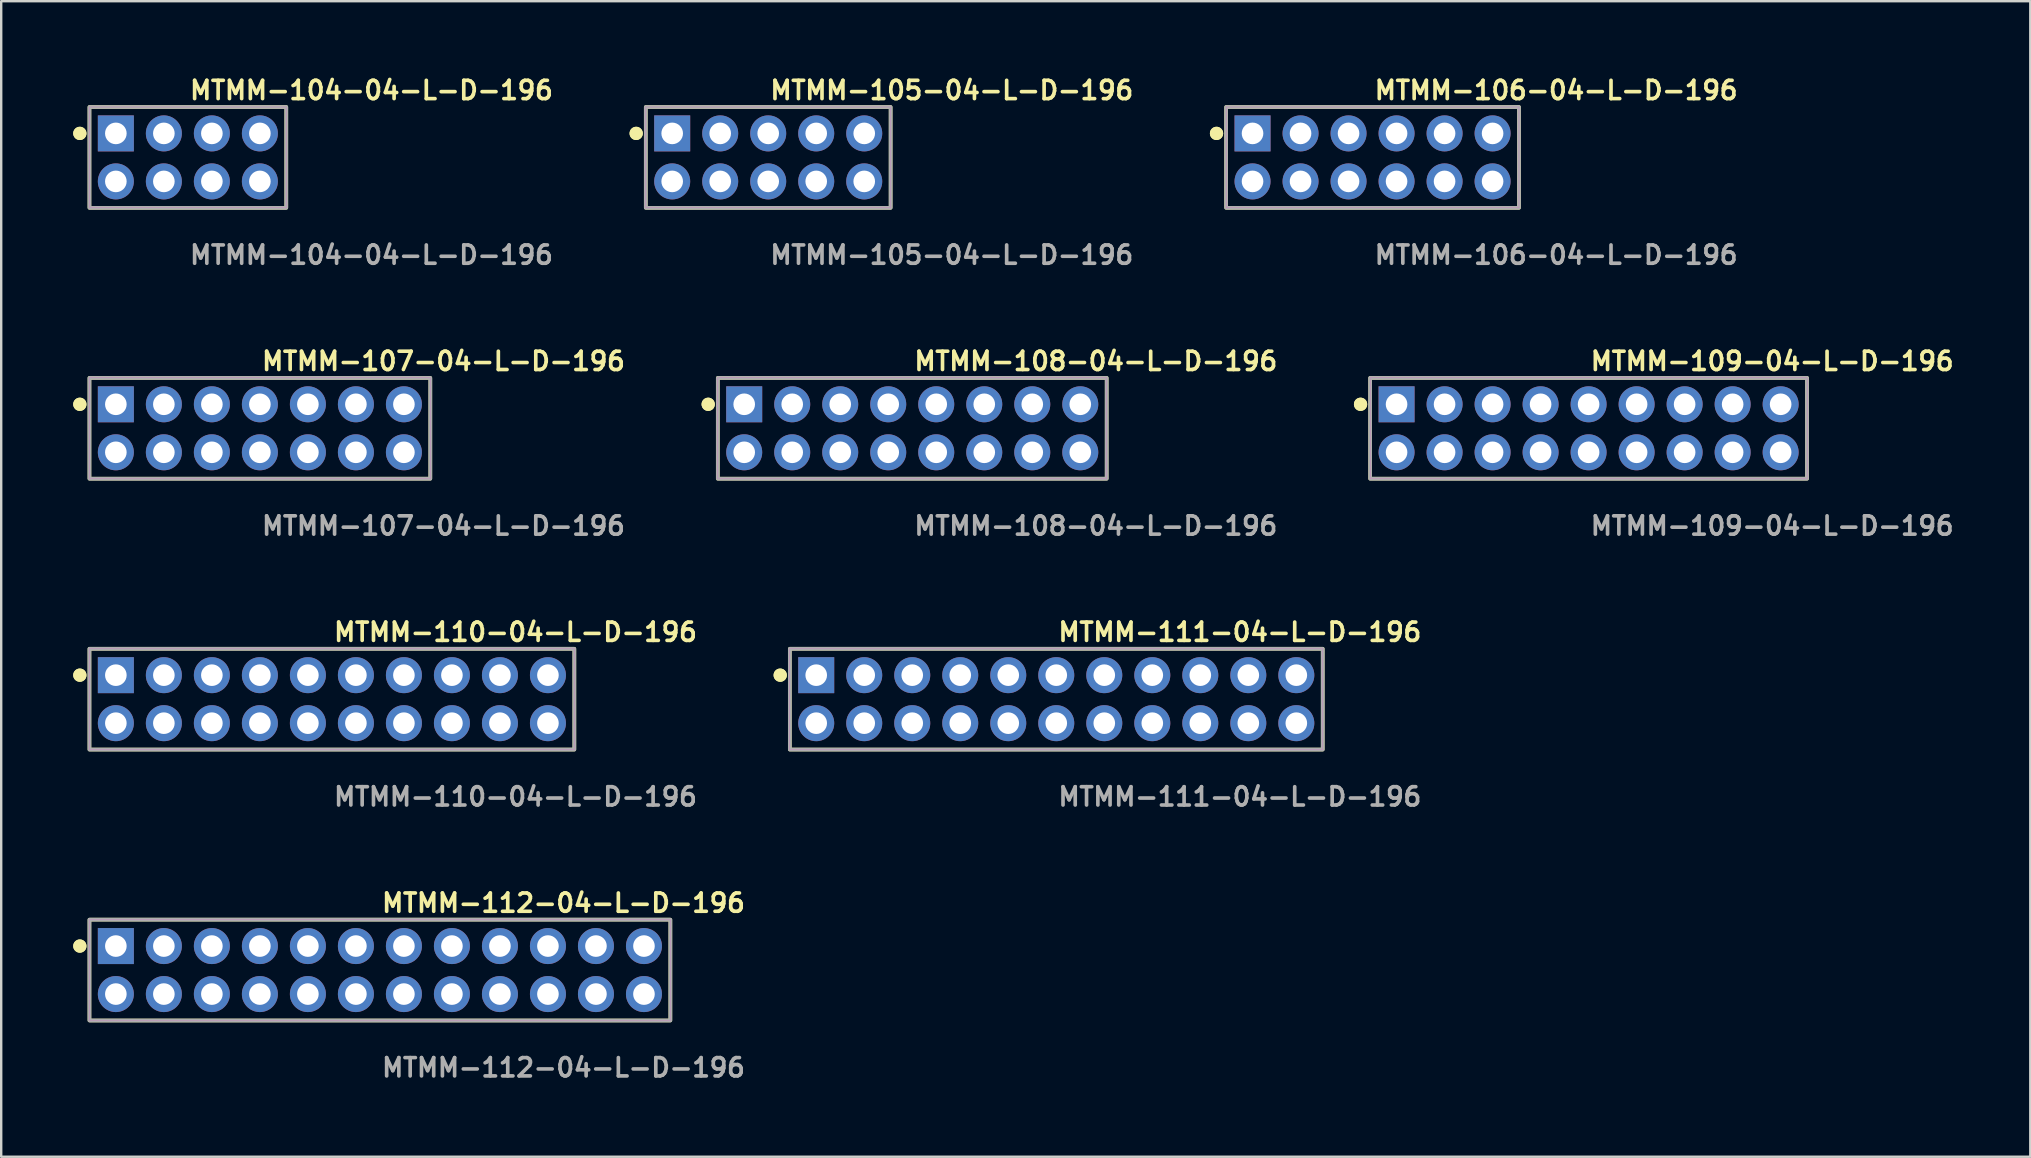
<source format=kicad_pcb>
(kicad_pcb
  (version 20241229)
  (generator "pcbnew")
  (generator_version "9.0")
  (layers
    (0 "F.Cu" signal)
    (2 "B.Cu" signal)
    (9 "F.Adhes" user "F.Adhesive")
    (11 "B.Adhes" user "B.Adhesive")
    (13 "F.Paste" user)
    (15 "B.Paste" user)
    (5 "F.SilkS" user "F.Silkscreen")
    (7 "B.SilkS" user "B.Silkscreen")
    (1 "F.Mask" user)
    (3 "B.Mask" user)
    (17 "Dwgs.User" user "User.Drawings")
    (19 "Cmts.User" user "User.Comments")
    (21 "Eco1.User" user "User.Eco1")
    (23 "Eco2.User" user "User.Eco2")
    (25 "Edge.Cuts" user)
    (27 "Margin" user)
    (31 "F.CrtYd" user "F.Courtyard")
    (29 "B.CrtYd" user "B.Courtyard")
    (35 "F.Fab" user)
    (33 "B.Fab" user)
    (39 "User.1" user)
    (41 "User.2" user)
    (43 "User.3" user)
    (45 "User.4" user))
  (footprint "MTMM-110-04-L-D-196"
    (layer "F.Cu")
    (at 10.776 26.076)
    (property "Reference" "MTMM-110-04-L-D-196" (at 0 -2.794 0) (unlocked yes) (layer "F.SilkS") (effects (font (size 0.762 0.762) (thickness 0.152)) (justify left)))
    (fp_rect (start -10.1 2.1) (end 10.1 -2.1) (stroke (width 0.152) (type solid)) (fill no) (layer "F.SilkS"))
    (fp_circle (center -10.5 -1) (end -10.7 -1) (stroke (width 0.152) (type solid)) (fill yes) (layer "F.SilkS"))
    (fp_circle (center -10.5 -1) (end -10.7 -1) (stroke (width 0.152) (type solid)) (fill yes) (layer "F.SilkS"))
    (fp_rect (start -10.1 2.1) (end 10.1 -2.1) (stroke (width 0.006) (type solid)) (fill no) (layer "F.CrtYd"))
    (fp_rect (start -10.1 2.1) (end 10.1 -2.1) (stroke (width 0.152) (type solid)) (fill no) (layer "F.Fab"))
    (fp_text user "${REFERENCE}" (at 0 4.064 0) (unlocked yes) (layer "F.Fab") (effects (font (size 0.762 0.762) (thickness 0.152)) (justify left)))
    (pad "1" thru_hole rect (at -9 -1) (size 1.5 1.5) (drill 0.9) (layers "*.Cu" "*.Mask"))
    (pad "2" thru_hole circle (at -9 1) (size 1.5 1.5) (drill 0.9) (layers "*.Cu" "*.Mask"))
    (pad "3" thru_hole circle (at -7 -1) (size 1.5 1.5) (drill 0.9) (layers "*.Cu" "*.Mask"))
    (pad "4" thru_hole circle (at -7 1) (size 1.5 1.5) (drill 0.9) (layers "*.Cu" "*.Mask"))
    (pad "5" thru_hole circle (at -5 -1) (size 1.5 1.5) (drill 0.9) (layers "*.Cu" "*.Mask"))
    (pad "6" thru_hole circle (at -5 1) (size 1.5 1.5) (drill 0.9) (layers "*.Cu" "*.Mask"))
    (pad "7" thru_hole circle (at -3 -1) (size 1.5 1.5) (drill 0.9) (layers "*.Cu" "*.Mask"))
    (pad "8" thru_hole circle (at -3 1) (size 1.5 1.5) (drill 0.9) (layers "*.Cu" "*.Mask"))
    (pad "9" thru_hole circle (at -1 -1) (size 1.5 1.5) (drill 0.9) (layers "*.Cu" "*.Mask"))
    (pad "10" thru_hole circle (at -1 1) (size 1.5 1.5) (drill 0.9) (layers "*.Cu" "*.Mask"))
    (pad "11" thru_hole circle (at 1 -1) (size 1.5 1.5) (drill 0.9) (layers "*.Cu" "*.Mask"))
    (pad "12" thru_hole circle (at 1 1) (size 1.5 1.5) (drill 0.9) (layers "*.Cu" "*.Mask"))
    (pad "13" thru_hole circle (at 3 -1) (size 1.5 1.5) (drill 0.9) (layers "*.Cu" "*.Mask"))
    (pad "14" thru_hole circle (at 3 1) (size 1.5 1.5) (drill 0.9) (layers "*.Cu" "*.Mask"))
    (pad "15" thru_hole circle (at 5 -1) (size 1.5 1.5) (drill 0.9) (layers "*.Cu" "*.Mask"))
    (pad "16" thru_hole circle (at 5 1) (size 1.5 1.5) (drill 0.9) (layers "*.Cu" "*.Mask"))
    (pad "17" thru_hole circle (at 7 -1) (size 1.5 1.5) (drill 0.9) (layers "*.Cu" "*.Mask"))
    (pad "18" thru_hole circle (at 7 1) (size 1.5 1.5) (drill 0.9) (layers "*.Cu" "*.Mask"))
    (pad "19" thru_hole circle (at 9 -1) (size 1.5 1.5) (drill 0.9) (layers "*.Cu" "*.Mask"))
    (pad "20" thru_hole circle (at 9 1) (size 1.5 1.5) (drill 0.9) (layers "*.Cu" "*.Mask")))
  (footprint "MTMM-111-04-L-D-196"
    (layer "F.Cu")
    (at 40.952 26.076)
    (property "Reference" "MTMM-111-04-L-D-196" (at 0 -2.794 0) (unlocked yes) (layer "F.SilkS") (effects (font (size 0.762 0.762) (thickness 0.152)) (justify left)))
    (fp_rect (start -11.1 2.1) (end 11.1 -2.1) (stroke (width 0.152) (type solid)) (fill no) (layer "F.SilkS"))
    (fp_circle (center -11.5 -1) (end -11.7 -1) (stroke (width 0.152) (type solid)) (fill yes) (layer "F.SilkS"))
    (fp_circle (center -11.5 -1) (end -11.7 -1) (stroke (width 0.152) (type solid)) (fill yes) (layer "F.SilkS"))
    (fp_rect (start -11.1 2.1) (end 11.1 -2.1) (stroke (width 0.006) (type solid)) (fill no) (layer "F.CrtYd"))
    (fp_rect (start -11.1 2.1) (end 11.1 -2.1) (stroke (width 0.152) (type solid)) (fill no) (layer "F.Fab"))
    (fp_text user "${REFERENCE}" (at 0 4.064 0) (unlocked yes) (layer "F.Fab") (effects (font (size 0.762 0.762) (thickness 0.152)) (justify left)))
    (pad "1" thru_hole rect (at -10 -1) (size 1.5 1.5) (drill 0.9) (layers "*.Cu" "*.Mask"))
    (pad "2" thru_hole circle (at -10 1) (size 1.5 1.5) (drill 0.9) (layers "*.Cu" "*.Mask"))
    (pad "3" thru_hole circle (at -8 -1) (size 1.5 1.5) (drill 0.9) (layers "*.Cu" "*.Mask"))
    (pad "4" thru_hole circle (at -8 1) (size 1.5 1.5) (drill 0.9) (layers "*.Cu" "*.Mask"))
    (pad "5" thru_hole circle (at -6 -1) (size 1.5 1.5) (drill 0.9) (layers "*.Cu" "*.Mask"))
    (pad "6" thru_hole circle (at -6 1) (size 1.5 1.5) (drill 0.9) (layers "*.Cu" "*.Mask"))
    (pad "7" thru_hole circle (at -4 -1) (size 1.5 1.5) (drill 0.9) (layers "*.Cu" "*.Mask"))
    (pad "8" thru_hole circle (at -4 1) (size 1.5 1.5) (drill 0.9) (layers "*.Cu" "*.Mask"))
    (pad "9" thru_hole circle (at -2 -1) (size 1.5 1.5) (drill 0.9) (layers "*.Cu" "*.Mask"))
    (pad "10" thru_hole circle (at -2 1) (size 1.5 1.5) (drill 0.9) (layers "*.Cu" "*.Mask"))
    (pad "11" thru_hole circle (at 0 -1) (size 1.5 1.5) (drill 0.9) (layers "*.Cu" "*.Mask"))
    (pad "12" thru_hole circle (at 0 1) (size 1.5 1.5) (drill 0.9) (layers "*.Cu" "*.Mask"))
    (pad "13" thru_hole circle (at 2 -1) (size 1.5 1.5) (drill 0.9) (layers "*.Cu" "*.Mask"))
    (pad "14" thru_hole circle (at 2 1) (size 1.5 1.5) (drill 0.9) (layers "*.Cu" "*.Mask"))
    (pad "15" thru_hole circle (at 4 -1) (size 1.5 1.5) (drill 0.9) (layers "*.Cu" "*.Mask"))
    (pad "16" thru_hole circle (at 4 1) (size 1.5 1.5) (drill 0.9) (layers "*.Cu" "*.Mask"))
    (pad "17" thru_hole circle (at 6 -1) (size 1.5 1.5) (drill 0.9) (layers "*.Cu" "*.Mask"))
    (pad "18" thru_hole circle (at 6 1) (size 1.5 1.5) (drill 0.9) (layers "*.Cu" "*.Mask"))
    (pad "19" thru_hole circle (at 8 -1) (size 1.5 1.5) (drill 0.9) (layers "*.Cu" "*.Mask"))
    (pad "20" thru_hole circle (at 8 1) (size 1.5 1.5) (drill 0.9) (layers "*.Cu" "*.Mask"))
    (pad "21" thru_hole circle (at 10 -1) (size 1.5 1.5) (drill 0.9) (layers "*.Cu" "*.Mask"))
    (pad "22" thru_hole circle (at 10 1) (size 1.5 1.5) (drill 0.9) (layers "*.Cu" "*.Mask")))
  (footprint "MTMM-108-04-L-D-196"
    (layer "F.Cu")
    (at 34.952 14.792)
    (property "Reference" "MTMM-108-04-L-D-196" (at 0 -2.794 0) (unlocked yes) (layer "F.SilkS") (effects (font (size 0.762 0.762) (thickness 0.152)) (justify left)))
    (fp_rect (start -8.1 2.1) (end 8.1 -2.1) (stroke (width 0.152) (type solid)) (fill no) (layer "F.SilkS"))
    (fp_circle (center -8.5 -1) (end -8.7 -1) (stroke (width 0.152) (type solid)) (fill yes) (layer "F.SilkS"))
    (fp_circle (center -8.5 -1) (end -8.7 -1) (stroke (width 0.152) (type solid)) (fill yes) (layer "F.SilkS"))
    (fp_rect (start -8.1 2.1) (end 8.1 -2.1) (stroke (width 0.006) (type solid)) (fill no) (layer "F.CrtYd"))
    (fp_rect (start -8.1 2.1) (end 8.1 -2.1) (stroke (width 0.152) (type solid)) (fill no) (layer "F.Fab"))
    (fp_text user "${REFERENCE}" (at 0 4.064 0) (unlocked yes) (layer "F.Fab") (effects (font (size 0.762 0.762) (thickness 0.152)) (justify left)))
    (pad "1" thru_hole rect (at -7 -1) (size 1.5 1.5) (drill 0.9) (layers "*.Cu" "*.Mask"))
    (pad "2" thru_hole circle (at -7 1) (size 1.5 1.5) (drill 0.9) (layers "*.Cu" "*.Mask"))
    (pad "3" thru_hole circle (at -5 -1) (size 1.5 1.5) (drill 0.9) (layers "*.Cu" "*.Mask"))
    (pad "4" thru_hole circle (at -5 1) (size 1.5 1.5) (drill 0.9) (layers "*.Cu" "*.Mask"))
    (pad "5" thru_hole circle (at -3 -1) (size 1.5 1.5) (drill 0.9) (layers "*.Cu" "*.Mask"))
    (pad "6" thru_hole circle (at -3 1) (size 1.5 1.5) (drill 0.9) (layers "*.Cu" "*.Mask"))
    (pad "7" thru_hole circle (at -1 -1) (size 1.5 1.5) (drill 0.9) (layers "*.Cu" "*.Mask"))
    (pad "8" thru_hole circle (at -1 1) (size 1.5 1.5) (drill 0.9) (layers "*.Cu" "*.Mask"))
    (pad "9" thru_hole circle (at 1 -1) (size 1.5 1.5) (drill 0.9) (layers "*.Cu" "*.Mask"))
    (pad "10" thru_hole circle (at 1 1) (size 1.5 1.5) (drill 0.9) (layers "*.Cu" "*.Mask"))
    (pad "11" thru_hole circle (at 3 -1) (size 1.5 1.5) (drill 0.9) (layers "*.Cu" "*.Mask"))
    (pad "12" thru_hole circle (at 3 1) (size 1.5 1.5) (drill 0.9) (layers "*.Cu" "*.Mask"))
    (pad "13" thru_hole circle (at 5 -1) (size 1.5 1.5) (drill 0.9) (layers "*.Cu" "*.Mask"))
    (pad "14" thru_hole circle (at 5 1) (size 1.5 1.5) (drill 0.9) (layers "*.Cu" "*.Mask"))
    (pad "15" thru_hole circle (at 7 -1) (size 1.5 1.5) (drill 0.9) (layers "*.Cu" "*.Mask"))
    (pad "16" thru_hole circle (at 7 1) (size 1.5 1.5) (drill 0.9) (layers "*.Cu" "*.Mask")))
  (footprint "MTMM-106-04-L-D-196"
    (layer "F.Cu")
    (at 54.128 3.507)
    (property "Reference" "MTMM-106-04-L-D-196" (at 0 -2.794 0) (unlocked yes) (layer "F.SilkS") (effects (font (size 0.762 0.762) (thickness 0.152)) (justify left)))
    (fp_rect (start -6.1 2.1) (end 6.1 -2.1) (stroke (width 0.152) (type solid)) (fill no) (layer "F.SilkS"))
    (fp_circle (center -6.5 -1) (end -6.7 -1) (stroke (width 0.152) (type solid)) (fill yes) (layer "F.SilkS"))
    (fp_circle (center -6.5 -1) (end -6.7 -1) (stroke (width 0.152) (type solid)) (fill yes) (layer "F.SilkS"))
    (fp_rect (start -6.1 2.1) (end 6.1 -2.1) (stroke (width 0.006) (type solid)) (fill no) (layer "F.CrtYd"))
    (fp_rect (start -6.1 2.1) (end 6.1 -2.1) (stroke (width 0.152) (type solid)) (fill no) (layer "F.Fab"))
    (fp_text user "${REFERENCE}" (at 0 4.064 0) (unlocked yes) (layer "F.Fab") (effects (font (size 0.762 0.762) (thickness 0.152)) (justify left)))
    (pad "1" thru_hole rect (at -5 -1) (size 1.5 1.5) (drill 0.9) (layers "*.Cu" "*.Mask"))
    (pad "2" thru_hole circle (at -5 1) (size 1.5 1.5) (drill 0.9) (layers "*.Cu" "*.Mask"))
    (pad "3" thru_hole circle (at -3 -1) (size 1.5 1.5) (drill 0.9) (layers "*.Cu" "*.Mask"))
    (pad "4" thru_hole circle (at -3 1) (size 1.5 1.5) (drill 0.9) (layers "*.Cu" "*.Mask"))
    (pad "5" thru_hole circle (at -1 -1) (size 1.5 1.5) (drill 0.9) (layers "*.Cu" "*.Mask"))
    (pad "6" thru_hole circle (at -1 1) (size 1.5 1.5) (drill 0.9) (layers "*.Cu" "*.Mask"))
    (pad "7" thru_hole circle (at 1 -1) (size 1.5 1.5) (drill 0.9) (layers "*.Cu" "*.Mask"))
    (pad "8" thru_hole circle (at 1 1) (size 1.5 1.5) (drill 0.9) (layers "*.Cu" "*.Mask"))
    (pad "9" thru_hole circle (at 3 -1) (size 1.5 1.5) (drill 0.9) (layers "*.Cu" "*.Mask"))
    (pad "10" thru_hole circle (at 3 1) (size 1.5 1.5) (drill 0.9) (layers "*.Cu" "*.Mask"))
    (pad "11" thru_hole circle (at 5 -1) (size 1.5 1.5) (drill 0.9) (layers "*.Cu" "*.Mask"))
    (pad "12" thru_hole circle (at 5 1) (size 1.5 1.5) (drill 0.9) (layers "*.Cu" "*.Mask")))
  (footprint "MTMM-112-04-L-D-196"
    (layer "F.Cu")
    (at 12.776 37.361)
    (property "Reference" "MTMM-112-04-L-D-196" (at 0 -2.794 0) (unlocked yes) (layer "F.SilkS") (effects (font (size 0.762 0.762) (thickness 0.152)) (justify left)))
    (fp_rect (start -12.1 2.1) (end 12.1 -2.1) (stroke (width 0.152) (type solid)) (fill no) (layer "F.SilkS"))
    (fp_circle (center -12.5 -1) (end -12.7 -1) (stroke (width 0.152) (type solid)) (fill yes) (layer "F.SilkS"))
    (fp_circle (center -12.5 -1) (end -12.7 -1) (stroke (width 0.152) (type solid)) (fill yes) (layer "F.SilkS"))
    (fp_rect (start -12.1 2.1) (end 12.1 -2.1) (stroke (width 0.006) (type solid)) (fill no) (layer "F.CrtYd"))
    (fp_rect (start -12.1 2.1) (end 12.1 -2.1) (stroke (width 0.152) (type solid)) (fill no) (layer "F.Fab"))
    (fp_text user "${REFERENCE}" (at 0 4.064 0) (unlocked yes) (layer "F.Fab") (effects (font (size 0.762 0.762) (thickness 0.152)) (justify left)))
    (pad "1" thru_hole rect (at -11 -1) (size 1.5 1.5) (drill 0.9) (layers "*.Cu" "*.Mask"))
    (pad "2" thru_hole circle (at -11 1) (size 1.5 1.5) (drill 0.9) (layers "*.Cu" "*.Mask"))
    (pad "3" thru_hole circle (at -9 -1) (size 1.5 1.5) (drill 0.9) (layers "*.Cu" "*.Mask"))
    (pad "4" thru_hole circle (at -9 1) (size 1.5 1.5) (drill 0.9) (layers "*.Cu" "*.Mask"))
    (pad "5" thru_hole circle (at -7 -1) (size 1.5 1.5) (drill 0.9) (layers "*.Cu" "*.Mask"))
    (pad "6" thru_hole circle (at -7 1) (size 1.5 1.5) (drill 0.9) (layers "*.Cu" "*.Mask"))
    (pad "7" thru_hole circle (at -5 -1) (size 1.5 1.5) (drill 0.9) (layers "*.Cu" "*.Mask"))
    (pad "8" thru_hole circle (at -5 1) (size 1.5 1.5) (drill 0.9) (layers "*.Cu" "*.Mask"))
    (pad "9" thru_hole circle (at -3 -1) (size 1.5 1.5) (drill 0.9) (layers "*.Cu" "*.Mask"))
    (pad "10" thru_hole circle (at -3 1) (size 1.5 1.5) (drill 0.9) (layers "*.Cu" "*.Mask"))
    (pad "11" thru_hole circle (at -1 -1) (size 1.5 1.5) (drill 0.9) (layers "*.Cu" "*.Mask"))
    (pad "12" thru_hole circle (at -1 1) (size 1.5 1.5) (drill 0.9) (layers "*.Cu" "*.Mask"))
    (pad "13" thru_hole circle (at 1 -1) (size 1.5 1.5) (drill 0.9) (layers "*.Cu" "*.Mask"))
    (pad "14" thru_hole circle (at 1 1) (size 1.5 1.5) (drill 0.9) (layers "*.Cu" "*.Mask"))
    (pad "15" thru_hole circle (at 3 -1) (size 1.5 1.5) (drill 0.9) (layers "*.Cu" "*.Mask"))
    (pad "16" thru_hole circle (at 3 1) (size 1.5 1.5) (drill 0.9) (layers "*.Cu" "*.Mask"))
    (pad "17" thru_hole circle (at 5 -1) (size 1.5 1.5) (drill 0.9) (layers "*.Cu" "*.Mask"))
    (pad "18" thru_hole circle (at 5 1) (size 1.5 1.5) (drill 0.9) (layers "*.Cu" "*.Mask"))
    (pad "19" thru_hole circle (at 7 -1) (size 1.5 1.5) (drill 0.9) (layers "*.Cu" "*.Mask"))
    (pad "20" thru_hole circle (at 7 1) (size 1.5 1.5) (drill 0.9) (layers "*.Cu" "*.Mask"))
    (pad "21" thru_hole circle (at 9 -1) (size 1.5 1.5) (drill 0.9) (layers "*.Cu" "*.Mask"))
    (pad "22" thru_hole circle (at 9 1) (size 1.5 1.5) (drill 0.9) (layers "*.Cu" "*.Mask"))
    (pad "23" thru_hole circle (at 11 -1) (size 1.5 1.5) (drill 0.9) (layers "*.Cu" "*.Mask"))
    (pad "24" thru_hole circle (at 11 1) (size 1.5 1.5) (drill 0.9) (layers "*.Cu" "*.Mask")))
  (footprint "MTMM-107-04-L-D-196"
    (layer "F.Cu")
    (at 7.776 14.792)
    (property "Reference" "MTMM-107-04-L-D-196" (at 0 -2.794 0) (unlocked yes) (layer "F.SilkS") (effects (font (size 0.762 0.762) (thickness 0.152)) (justify left)))
    (fp_rect (start -7.1 2.1) (end 7.1 -2.1) (stroke (width 0.152) (type solid)) (fill no) (layer "F.SilkS"))
    (fp_circle (center -7.5 -1) (end -7.7 -1) (stroke (width 0.152) (type solid)) (fill yes) (layer "F.SilkS"))
    (fp_circle (center -7.5 -1) (end -7.7 -1) (stroke (width 0.152) (type solid)) (fill yes) (layer "F.SilkS"))
    (fp_rect (start -7.1 2.1) (end 7.1 -2.1) (stroke (width 0.006) (type solid)) (fill no) (layer "F.CrtYd"))
    (fp_rect (start -7.1 2.1) (end 7.1 -2.1) (stroke (width 0.152) (type solid)) (fill no) (layer "F.Fab"))
    (fp_text user "${REFERENCE}" (at 0 4.064 0) (unlocked yes) (layer "F.Fab") (effects (font (size 0.762 0.762) (thickness 0.152)) (justify left)))
    (pad "1" thru_hole rect (at -6 -1) (size 1.5 1.5) (drill 0.9) (layers "*.Cu" "*.Mask"))
    (pad "2" thru_hole circle (at -6 1) (size 1.5 1.5) (drill 0.9) (layers "*.Cu" "*.Mask"))
    (pad "3" thru_hole circle (at -4 -1) (size 1.5 1.5) (drill 0.9) (layers "*.Cu" "*.Mask"))
    (pad "4" thru_hole circle (at -4 1) (size 1.5 1.5) (drill 0.9) (layers "*.Cu" "*.Mask"))
    (pad "5" thru_hole circle (at -2 -1) (size 1.5 1.5) (drill 0.9) (layers "*.Cu" "*.Mask"))
    (pad "6" thru_hole circle (at -2 1) (size 1.5 1.5) (drill 0.9) (layers "*.Cu" "*.Mask"))
    (pad "7" thru_hole circle (at 0 -1) (size 1.5 1.5) (drill 0.9) (layers "*.Cu" "*.Mask"))
    (pad "8" thru_hole circle (at 0 1) (size 1.5 1.5) (drill 0.9) (layers "*.Cu" "*.Mask"))
    (pad "9" thru_hole circle (at 2 -1) (size 1.5 1.5) (drill 0.9) (layers "*.Cu" "*.Mask"))
    (pad "10" thru_hole circle (at 2 1) (size 1.5 1.5) (drill 0.9) (layers "*.Cu" "*.Mask"))
    (pad "11" thru_hole circle (at 4 -1) (size 1.5 1.5) (drill 0.9) (layers "*.Cu" "*.Mask"))
    (pad "12" thru_hole circle (at 4 1) (size 1.5 1.5) (drill 0.9) (layers "*.Cu" "*.Mask"))
    (pad "13" thru_hole circle (at 6 -1) (size 1.5 1.5) (drill 0.9) (layers "*.Cu" "*.Mask"))
    (pad "14" thru_hole circle (at 6 1) (size 1.5 1.5) (drill 0.9) (layers "*.Cu" "*.Mask")))
  (footprint "MTMM-104-04-L-D-196"
    (layer "F.Cu")
    (at 4.776 3.507)
    (property "Reference" "MTMM-104-04-L-D-196" (at 0 -2.794 0) (unlocked yes) (layer "F.SilkS") (effects (font (size 0.762 0.762) (thickness 0.152)) (justify left)))
    (fp_rect (start -4.1 2.1) (end 4.1 -2.1) (stroke (width 0.152) (type solid)) (fill no) (layer "F.SilkS"))
    (fp_circle (center -4.5 -1) (end -4.7 -1) (stroke (width 0.152) (type solid)) (fill yes) (layer "F.SilkS"))
    (fp_circle (center -4.5 -1) (end -4.7 -1) (stroke (width 0.152) (type solid)) (fill yes) (layer "F.SilkS"))
    (fp_rect (start -4.1 2.1) (end 4.1 -2.1) (stroke (width 0.006) (type solid)) (fill no) (layer "F.CrtYd"))
    (fp_rect (start -4.1 2.1) (end 4.1 -2.1) (stroke (width 0.152) (type solid)) (fill no) (layer "F.Fab"))
    (fp_text user "${REFERENCE}" (at 0 4.064 0) (unlocked yes) (layer "F.Fab") (effects (font (size 0.762 0.762) (thickness 0.152)) (justify left)))
    (pad "1" thru_hole rect (at -3 -1) (size 1.5 1.5) (drill 0.9) (layers "*.Cu" "*.Mask"))
    (pad "2" thru_hole circle (at -3 1) (size 1.5 1.5) (drill 0.9) (layers "*.Cu" "*.Mask"))
    (pad "3" thru_hole circle (at -1 -1) (size 1.5 1.5) (drill 0.9) (layers "*.Cu" "*.Mask"))
    (pad "4" thru_hole circle (at -1 1) (size 1.5 1.5) (drill 0.9) (layers "*.Cu" "*.Mask"))
    (pad "5" thru_hole circle (at 1 -1) (size 1.5 1.5) (drill 0.9) (layers "*.Cu" "*.Mask"))
    (pad "6" thru_hole circle (at 1 1) (size 1.5 1.5) (drill 0.9) (layers "*.Cu" "*.Mask"))
    (pad "7" thru_hole circle (at 3 -1) (size 1.5 1.5) (drill 0.9) (layers "*.Cu" "*.Mask"))
    (pad "8" thru_hole circle (at 3 1) (size 1.5 1.5) (drill 0.9) (layers "*.Cu" "*.Mask")))
  (footprint "MTMM-105-04-L-D-196"
    (layer "F.Cu")
    (at 28.952 3.507)
    (property "Reference" "MTMM-105-04-L-D-196" (at 0 -2.794 0) (unlocked yes) (layer "F.SilkS") (effects (font (size 0.762 0.762) (thickness 0.152)) (justify left)))
    (fp_rect (start -5.1 2.1) (end 5.1 -2.1) (stroke (width 0.152) (type solid)) (fill no) (layer "F.SilkS"))
    (fp_circle (center -5.5 -1) (end -5.7 -1) (stroke (width 0.152) (type solid)) (fill yes) (layer "F.SilkS"))
    (fp_circle (center -5.5 -1) (end -5.7 -1) (stroke (width 0.152) (type solid)) (fill yes) (layer "F.SilkS"))
    (fp_rect (start -5.1 2.1) (end 5.1 -2.1) (stroke (width 0.006) (type solid)) (fill no) (layer "F.CrtYd"))
    (fp_rect (start -5.1 2.1) (end 5.1 -2.1) (stroke (width 0.152) (type solid)) (fill no) (layer "F.Fab"))
    (fp_text user "${REFERENCE}" (at 0 4.064 0) (unlocked yes) (layer "F.Fab") (effects (font (size 0.762 0.762) (thickness 0.152)) (justify left)))
    (pad "1" thru_hole rect (at -4 -1) (size 1.5 1.5) (drill 0.9) (layers "*.Cu" "*.Mask"))
    (pad "2" thru_hole circle (at -4 1) (size 1.5 1.5) (drill 0.9) (layers "*.Cu" "*.Mask"))
    (pad "3" thru_hole circle (at -2 -1) (size 1.5 1.5) (drill 0.9) (layers "*.Cu" "*.Mask"))
    (pad "4" thru_hole circle (at -2 1) (size 1.5 1.5) (drill 0.9) (layers "*.Cu" "*.Mask"))
    (pad "5" thru_hole circle (at 0 -1) (size 1.5 1.5) (drill 0.9) (layers "*.Cu" "*.Mask"))
    (pad "6" thru_hole circle (at 0 1) (size 1.5 1.5) (drill 0.9) (layers "*.Cu" "*.Mask"))
    (pad "7" thru_hole circle (at 2 -1) (size 1.5 1.5) (drill 0.9) (layers "*.Cu" "*.Mask"))
    (pad "8" thru_hole circle (at 2 1) (size 1.5 1.5) (drill 0.9) (layers "*.Cu" "*.Mask"))
    (pad "9" thru_hole circle (at 4 -1) (size 1.5 1.5) (drill 0.9) (layers "*.Cu" "*.Mask"))
    (pad "10" thru_hole circle (at 4 1) (size 1.5 1.5) (drill 0.9) (layers "*.Cu" "*.Mask")))
  (footprint "MTMM-109-04-L-D-196"
    (layer "F.Cu")
    (at 63.128 14.792)
    (property "Reference" "MTMM-109-04-L-D-196" (at 0 -2.794 0) (unlocked yes) (layer "F.SilkS") (effects (font (size 0.762 0.762) (thickness 0.152)) (justify left)))
    (fp_rect (start -9.1 2.1) (end 9.1 -2.1) (stroke (width 0.152) (type solid)) (fill no) (layer "F.SilkS"))
    (fp_circle (center -9.5 -1) (end -9.7 -1) (stroke (width 0.152) (type solid)) (fill yes) (layer "F.SilkS"))
    (fp_circle (center -9.5 -1) (end -9.7 -1) (stroke (width 0.152) (type solid)) (fill yes) (layer "F.SilkS"))
    (fp_rect (start -9.1 2.1) (end 9.1 -2.1) (stroke (width 0.006) (type solid)) (fill no) (layer "F.CrtYd"))
    (fp_rect (start -9.1 2.1) (end 9.1 -2.1) (stroke (width 0.152) (type solid)) (fill no) (layer "F.Fab"))
    (fp_text user "${REFERENCE}" (at 0 4.064 0) (unlocked yes) (layer "F.Fab") (effects (font (size 0.762 0.762) (thickness 0.152)) (justify left)))
    (pad "1" thru_hole rect (at -8 -1) (size 1.5 1.5) (drill 0.9) (layers "*.Cu" "*.Mask"))
    (pad "2" thru_hole circle (at -8 1) (size 1.5 1.5) (drill 0.9) (layers "*.Cu" "*.Mask"))
    (pad "3" thru_hole circle (at -6 -1) (size 1.5 1.5) (drill 0.9) (layers "*.Cu" "*.Mask"))
    (pad "4" thru_hole circle (at -6 1) (size 1.5 1.5) (drill 0.9) (layers "*.Cu" "*.Mask"))
    (pad "5" thru_hole circle (at -4 -1) (size 1.5 1.5) (drill 0.9) (layers "*.Cu" "*.Mask"))
    (pad "6" thru_hole circle (at -4 1) (size 1.5 1.5) (drill 0.9) (layers "*.Cu" "*.Mask"))
    (pad "7" thru_hole circle (at -2 -1) (size 1.5 1.5) (drill 0.9) (layers "*.Cu" "*.Mask"))
    (pad "8" thru_hole circle (at -2 1) (size 1.5 1.5) (drill 0.9) (layers "*.Cu" "*.Mask"))
    (pad "9" thru_hole circle (at 0 -1) (size 1.5 1.5) (drill 0.9) (layers "*.Cu" "*.Mask"))
    (pad "10" thru_hole circle (at 0 1) (size 1.5 1.5) (drill 0.9) (layers "*.Cu" "*.Mask"))
    (pad "11" thru_hole circle (at 2 -1) (size 1.5 1.5) (drill 0.9) (layers "*.Cu" "*.Mask"))
    (pad "12" thru_hole circle (at 2 1) (size 1.5 1.5) (drill 0.9) (layers "*.Cu" "*.Mask"))
    (pad "13" thru_hole circle (at 4 -1) (size 1.5 1.5) (drill 0.9) (layers "*.Cu" "*.Mask"))
    (pad "14" thru_hole circle (at 4 1) (size 1.5 1.5) (drill 0.9) (layers "*.Cu" "*.Mask"))
    (pad "15" thru_hole circle (at 6 -1) (size 1.5 1.5) (drill 0.9) (layers "*.Cu" "*.Mask"))
    (pad "16" thru_hole circle (at 6 1) (size 1.5 1.5) (drill 0.9) (layers "*.Cu" "*.Mask"))
    (pad "17" thru_hole circle (at 8 -1) (size 1.5 1.5) (drill 0.9) (layers "*.Cu" "*.Mask"))
    (pad "18" thru_hole circle (at 8 1) (size 1.5 1.5) (drill 0.9) (layers "*.Cu" "*.Mask")))
  (gr_rect
    (start -3 -3)
    (end 81.528 45.138)
    (stroke (width 0.1) (type default))
    (fill no)
    (layer "Edge.Cuts")))
</source>
